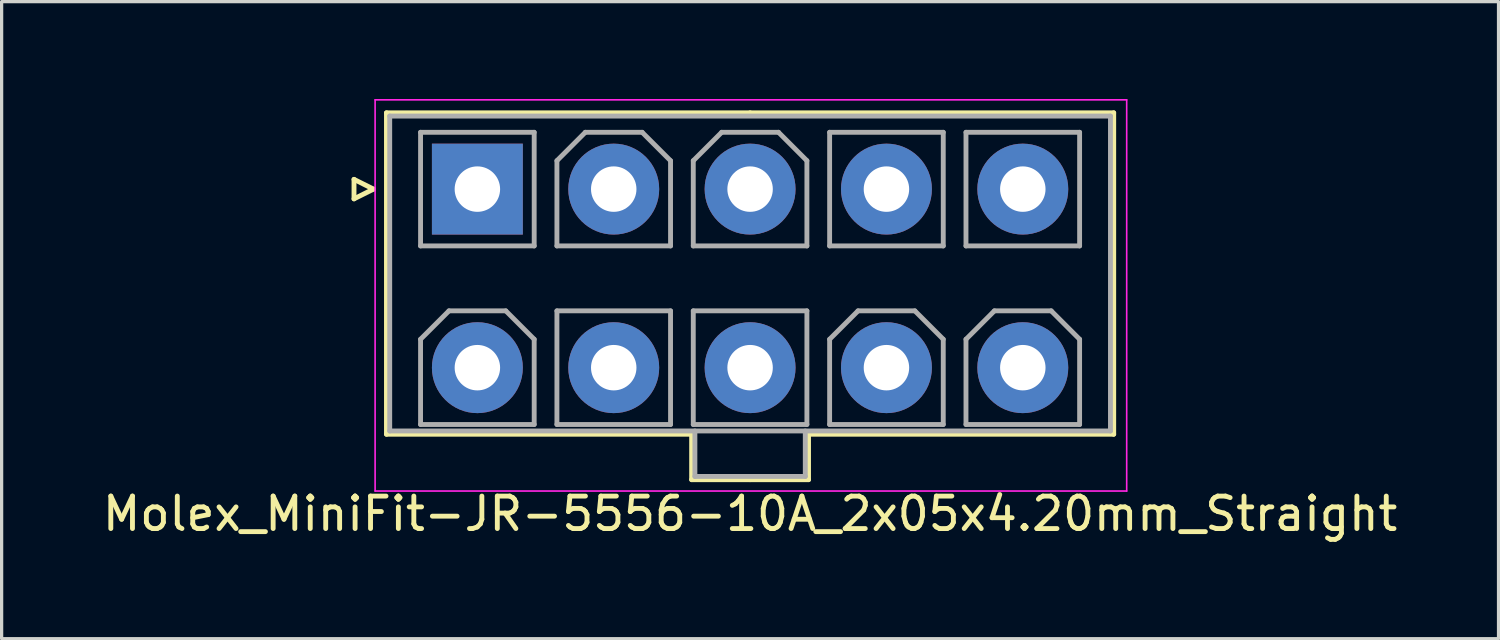
<source format=kicad_pcb>
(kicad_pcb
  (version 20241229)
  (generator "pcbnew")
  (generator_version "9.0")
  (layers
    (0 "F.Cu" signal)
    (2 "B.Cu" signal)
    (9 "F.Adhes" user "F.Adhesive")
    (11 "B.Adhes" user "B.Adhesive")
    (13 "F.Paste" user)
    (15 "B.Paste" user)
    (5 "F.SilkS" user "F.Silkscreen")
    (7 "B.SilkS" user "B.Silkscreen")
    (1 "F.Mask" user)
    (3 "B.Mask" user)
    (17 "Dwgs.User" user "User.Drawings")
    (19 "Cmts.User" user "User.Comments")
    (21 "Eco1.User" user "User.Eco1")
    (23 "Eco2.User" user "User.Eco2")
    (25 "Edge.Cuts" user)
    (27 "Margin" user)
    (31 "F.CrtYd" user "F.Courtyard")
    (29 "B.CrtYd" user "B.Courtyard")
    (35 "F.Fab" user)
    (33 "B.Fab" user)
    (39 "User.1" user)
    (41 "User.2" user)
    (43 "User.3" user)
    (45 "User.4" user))
  (footprint "Molex_MiniFit-JR-5556-10A_2x05x4.20mm_Straight"
    (layer "F.Cu")
    (at 11.654 2.775)
    (property "Reference" "Molex_MiniFit-JR-5556-10A_2x05x4.20mm_Straight" (at 8.4 10 0) (layer "F.SilkS") (effects (font (size 1 1) (thickness 0.15))))
    (attr through_hole)
    (fp_line (start -3.8 -0.3) (end -3.2 0) (stroke (width 0.15) (type solid)) (layer "F.SilkS"))
    (fp_line (start -3.8 0.3) (end -3.8 -0.3) (stroke (width 0.15) (type solid)) (layer "F.SilkS"))
    (fp_line (start -3.2 0) (end -3.8 0.3) (stroke (width 0.15) (type solid)) (layer "F.SilkS"))
    (fp_line (start -2.8 -2.35) (end -2.8 7.55) (stroke (width 0.15) (type solid)) (layer "F.SilkS"))
    (fp_line (start -2.8 7.55) (end 6.6 7.55) (stroke (width 0.15) (type solid)) (layer "F.SilkS"))
    (fp_line (start 6.6 7.55) (end 6.6 8.95) (stroke (width 0.15) (type solid)) (layer "F.SilkS"))
    (fp_line (start 6.6 8.95) (end 8.4 8.95) (stroke (width 0.15) (type solid)) (layer "F.SilkS"))
    (fp_line (start 8.4 -2.35) (end -2.8 -2.35) (stroke (width 0.15) (type solid)) (layer "F.SilkS"))
    (fp_line (start 8.4 -2.35) (end 19.6 -2.35) (stroke (width 0.15) (type solid)) (layer "F.SilkS"))
    (fp_line (start 10.2 7.55) (end 10.2 8.95) (stroke (width 0.15) (type solid)) (layer "F.SilkS"))
    (fp_line (start 10.2 8.95) (end 8.4 8.95) (stroke (width 0.15) (type solid)) (layer "F.SilkS"))
    (fp_line (start 19.6 -2.35) (end 19.6 7.55) (stroke (width 0.15) (type solid)) (layer "F.SilkS"))
    (fp_line (start 19.6 7.55) (end 10.2 7.55) (stroke (width 0.15) (type solid)) (layer "F.SilkS"))
    (fp_line (start -3.15 -2.75) (end -3.15 9.3) (stroke (width 0.05) (type solid)) (layer "F.CrtYd"))
    (fp_line (start -3.15 9.3) (end 20 9.3) (stroke (width 0.05) (type solid)) (layer "F.CrtYd"))
    (fp_line (start 20 -2.75) (end -3.15 -2.75) (stroke (width 0.05) (type solid)) (layer "F.CrtYd"))
    (fp_line (start 20 9.3) (end 20 -2.75) (stroke (width 0.05) (type solid)) (layer "F.CrtYd"))
    (fp_line (start -2.7 -2.25) (end -2.7 7.45) (stroke (width 0.15) (type solid)) (layer "F.Fab"))
    (fp_line (start -2.7 7.45) (end 19.5 7.45) (stroke (width 0.15) (type solid)) (layer "F.Fab"))
    (fp_line (start -1.75 -1.75) (end -1.75 1.75) (stroke (width 0.15) (type solid)) (layer "F.Fab"))
    (fp_line (start -1.75 1.75) (end 1.75 1.75) (stroke (width 0.15) (type solid)) (layer "F.Fab"))
    (fp_line (start -1.75 4.625) (end -0.875 3.75) (stroke (width 0.15) (type solid)) (layer "F.Fab"))
    (fp_line (start -1.75 7.25) (end -1.75 4.625) (stroke (width 0.15) (type solid)) (layer "F.Fab"))
    (fp_line (start -0.875 3.75) (end 0.875 3.75) (stroke (width 0.15) (type solid)) (layer "F.Fab"))
    (fp_line (start 0.875 3.75) (end 1.75 4.625) (stroke (width 0.15) (type solid)) (layer "F.Fab"))
    (fp_line (start 1.75 -1.75) (end -1.75 -1.75) (stroke (width 0.15) (type solid)) (layer "F.Fab"))
    (fp_line (start 1.75 1.75) (end 1.75 -1.75) (stroke (width 0.15) (type solid)) (layer "F.Fab"))
    (fp_line (start 1.75 4.625) (end 1.75 7.25) (stroke (width 0.15) (type solid)) (layer "F.Fab"))
    (fp_line (start 1.75 7.25) (end -1.75 7.25) (stroke (width 0.15) (type solid)) (layer "F.Fab"))
    (fp_line (start 2.45 -0.875) (end 3.325 -1.75) (stroke (width 0.15) (type solid)) (layer "F.Fab"))
    (fp_line (start 2.45 1.75) (end 2.45 -0.875) (stroke (width 0.15) (type solid)) (layer "F.Fab"))
    (fp_line (start 2.45 3.75) (end 2.45 7.25) (stroke (width 0.15) (type solid)) (layer "F.Fab"))
    (fp_line (start 2.45 7.25) (end 5.95 7.25) (stroke (width 0.15) (type solid)) (layer "F.Fab"))
    (fp_line (start 3.325 -1.75) (end 5.075 -1.75) (stroke (width 0.15) (type solid)) (layer "F.Fab"))
    (fp_line (start 5.075 -1.75) (end 5.95 -0.875) (stroke (width 0.15) (type solid)) (layer "F.Fab"))
    (fp_line (start 5.95 -0.875) (end 5.95 1.75) (stroke (width 0.15) (type solid)) (layer "F.Fab"))
    (fp_line (start 5.95 1.75) (end 2.45 1.75) (stroke (width 0.15) (type solid)) (layer "F.Fab"))
    (fp_line (start 5.95 3.75) (end 2.45 3.75) (stroke (width 0.15) (type solid)) (layer "F.Fab"))
    (fp_line (start 5.95 7.25) (end 5.95 3.75) (stroke (width 0.15) (type solid)) (layer "F.Fab"))
    (fp_line (start 6.65 -0.875) (end 7.525 -1.75) (stroke (width 0.15) (type solid)) (layer "F.Fab"))
    (fp_line (start 6.65 1.75) (end 6.65 -0.875) (stroke (width 0.15) (type solid)) (layer "F.Fab"))
    (fp_line (start 6.65 3.75) (end 6.65 7.25) (stroke (width 0.15) (type solid)) (layer "F.Fab"))
    (fp_line (start 6.65 7.25) (end 10.15 7.25) (stroke (width 0.15) (type solid)) (layer "F.Fab"))
    (fp_line (start 6.7 7.45) (end 6.7 8.85) (stroke (width 0.15) (type solid)) (layer "F.Fab"))
    (fp_line (start 6.7 8.85) (end 10.1 8.85) (stroke (width 0.15) (type solid)) (layer "F.Fab"))
    (fp_line (start 7.525 -1.75) (end 9.275 -1.75) (stroke (width 0.15) (type solid)) (layer "F.Fab"))
    (fp_line (start 9.275 -1.75) (end 10.15 -0.875) (stroke (width 0.15) (type solid)) (layer "F.Fab"))
    (fp_line (start 10.1 8.85) (end 10.1 7.45) (stroke (width 0.15) (type solid)) (layer "F.Fab"))
    (fp_line (start 10.15 -0.875) (end 10.15 1.75) (stroke (width 0.15) (type solid)) (layer "F.Fab"))
    (fp_line (start 10.15 1.75) (end 6.65 1.75) (stroke (width 0.15) (type solid)) (layer "F.Fab"))
    (fp_line (start 10.15 3.75) (end 6.65 3.75) (stroke (width 0.15) (type solid)) (layer "F.Fab"))
    (fp_line (start 10.15 7.25) (end 10.15 3.75) (stroke (width 0.15) (type solid)) (layer "F.Fab"))
    (fp_line (start 10.85 -1.75) (end 10.85 1.75) (stroke (width 0.15) (type solid)) (layer "F.Fab"))
    (fp_line (start 10.85 1.75) (end 14.35 1.75) (stroke (width 0.15) (type solid)) (layer "F.Fab"))
    (fp_line (start 10.85 4.625) (end 11.725 3.75) (stroke (width 0.15) (type solid)) (layer "F.Fab"))
    (fp_line (start 10.85 7.25) (end 10.85 4.625) (stroke (width 0.15) (type solid)) (layer "F.Fab"))
    (fp_line (start 11.725 3.75) (end 13.475 3.75) (stroke (width 0.15) (type solid)) (layer "F.Fab"))
    (fp_line (start 13.475 3.75) (end 14.35 4.625) (stroke (width 0.15) (type solid)) (layer "F.Fab"))
    (fp_line (start 14.35 -1.75) (end 10.85 -1.75) (stroke (width 0.15) (type solid)) (layer "F.Fab"))
    (fp_line (start 14.35 1.75) (end 14.35 -1.75) (stroke (width 0.15) (type solid)) (layer "F.Fab"))
    (fp_line (start 14.35 4.625) (end 14.35 7.25) (stroke (width 0.15) (type solid)) (layer "F.Fab"))
    (fp_line (start 14.35 7.25) (end 10.85 7.25) (stroke (width 0.15) (type solid)) (layer "F.Fab"))
    (fp_line (start 15.05 -1.75) (end 15.05 1.75) (stroke (width 0.15) (type solid)) (layer "F.Fab"))
    (fp_line (start 15.05 1.75) (end 18.55 1.75) (stroke (width 0.15) (type solid)) (layer "F.Fab"))
    (fp_line (start 15.05 4.625) (end 15.925 3.75) (stroke (width 0.15) (type solid)) (layer "F.Fab"))
    (fp_line (start 15.05 7.25) (end 15.05 4.625) (stroke (width 0.15) (type solid)) (layer "F.Fab"))
    (fp_line (start 15.925 3.75) (end 17.675 3.75) (stroke (width 0.15) (type solid)) (layer "F.Fab"))
    (fp_line (start 17.675 3.75) (end 18.55 4.625) (stroke (width 0.15) (type solid)) (layer "F.Fab"))
    (fp_line (start 18.55 -1.75) (end 15.05 -1.75) (stroke (width 0.15) (type solid)) (layer "F.Fab"))
    (fp_line (start 18.55 1.75) (end 18.55 -1.75) (stroke (width 0.15) (type solid)) (layer "F.Fab"))
    (fp_line (start 18.55 4.625) (end 18.55 7.25) (stroke (width 0.15) (type solid)) (layer "F.Fab"))
    (fp_line (start 18.55 7.25) (end 15.05 7.25) (stroke (width 0.15) (type solid)) (layer "F.Fab"))
    (fp_line (start 19.5 -2.25) (end -2.7 -2.25) (stroke (width 0.15) (type solid)) (layer "F.Fab"))
    (fp_line (start 19.5 7.45) (end 19.5 -2.25) (stroke (width 0.15) (type solid)) (layer "F.Fab"))
    (pad "1" thru_hole rect (at 0 0) (size 2.8 2.8) (drill 1.4) (layers "*.Cu" "*.Mask"))
    (pad "2" thru_hole circle (at 4.2 0) (size 2.8 2.8) (drill 1.4) (layers "*.Cu" "*.Mask"))
    (pad "3" thru_hole circle (at 8.4 0) (size 2.8 2.8) (drill 1.4) (layers "*.Cu" "*.Mask"))
    (pad "4" thru_hole circle (at 12.6 0) (size 2.8 2.8) (drill 1.4) (layers "*.Cu" "*.Mask"))
    (pad "5" thru_hole circle (at 16.8 0) (size 2.8 2.8) (drill 1.4) (layers "*.Cu" "*.Mask"))
    (pad "6" thru_hole circle (at 0 5.5) (size 2.8 2.8) (drill 1.4) (layers "*.Cu" "*.Mask"))
    (pad "7" thru_hole circle (at 4.2 5.5) (size 2.8 2.8) (drill 1.4) (layers "*.Cu" "*.Mask"))
    (pad "8" thru_hole circle (at 8.4 5.5) (size 2.8 2.8) (drill 1.4) (layers "*.Cu" "*.Mask"))
    (pad "9" thru_hole circle (at 12.6 5.5) (size 2.8 2.8) (drill 1.4) (layers "*.Cu" "*.Mask"))
    (pad "10" thru_hole circle (at 16.8 5.5) (size 2.8 2.8) (drill 1.4) (layers "*.Cu" "*.Mask")))
  (gr_rect
    (start -3 -3)
    (end 43.107 16.623)
    (stroke (width 0.1) (type default))
    (fill no)
    (layer "Edge.Cuts")))
</source>
